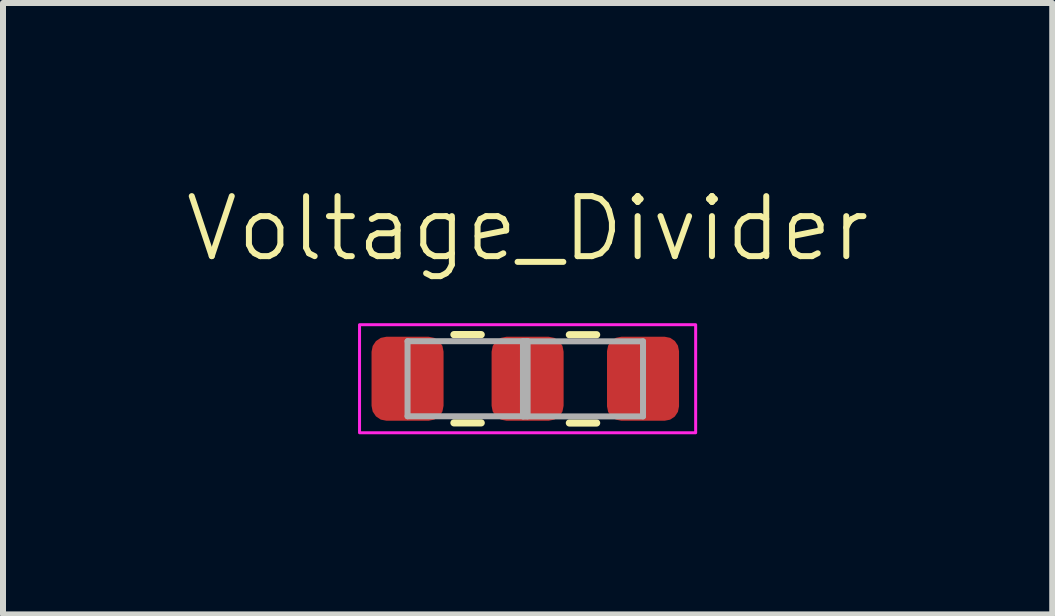
<source format=kicad_pcb>
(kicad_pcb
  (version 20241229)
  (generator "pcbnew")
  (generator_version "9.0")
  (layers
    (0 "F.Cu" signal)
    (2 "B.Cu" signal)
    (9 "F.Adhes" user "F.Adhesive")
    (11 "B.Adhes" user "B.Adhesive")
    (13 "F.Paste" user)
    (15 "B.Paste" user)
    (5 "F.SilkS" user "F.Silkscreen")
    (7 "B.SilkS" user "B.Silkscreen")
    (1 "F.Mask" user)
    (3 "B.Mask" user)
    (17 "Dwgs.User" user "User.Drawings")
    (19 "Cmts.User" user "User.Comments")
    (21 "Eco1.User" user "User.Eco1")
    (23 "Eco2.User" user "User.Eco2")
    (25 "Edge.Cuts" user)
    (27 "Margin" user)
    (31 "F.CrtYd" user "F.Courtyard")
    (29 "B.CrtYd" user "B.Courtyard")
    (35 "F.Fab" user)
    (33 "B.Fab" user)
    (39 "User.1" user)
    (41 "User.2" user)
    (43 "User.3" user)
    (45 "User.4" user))
  (footprint "Voltage_Divider"
    (layer "F.Cu")
    (at 5.74 3.26)
    (property "Reference" "Voltage_Divider" (at 0 -2.5 0) (unlocked yes) (layer "F.SilkS") (effects (font (size 1 1) (thickness 0.1))))
    (attr smd)
    (fp_line (start -1.227 -0.735) (end -0.773 -0.735) (stroke (width 0.12) (type solid)) (layer "F.SilkS"))
    (fp_line (start -1.227 0.735) (end -0.773 0.735) (stroke (width 0.12) (type solid)) (layer "F.SilkS"))
    (fp_line (start 0.696 -0.733) (end 1.15 -0.733) (stroke (width 0.12) (type solid)) (layer "F.SilkS"))
    (fp_line (start 0.696 0.737) (end 1.15 0.737) (stroke (width 0.12) (type solid)) (layer "F.SilkS"))
    (fp_rect (start -2.8 -0.9) (end 2.8 0.9) (stroke (width 0.05) (type default)) (fill no) (layer "F.CrtYd"))
    (fp_line (start -2 -0.625) (end 0 -0.625) (stroke (width 0.1) (type solid)) (layer "F.Fab"))
    (fp_line (start -2 0.625) (end -2 -0.625) (stroke (width 0.1) (type solid)) (layer "F.Fab"))
    (fp_line (start -0.077 -0.623) (end 1.923 -0.623) (stroke (width 0.1) (type solid)) (layer "F.Fab"))
    (fp_line (start -0.077 0.627) (end -0.077 -0.623) (stroke (width 0.1) (type solid)) (layer "F.Fab"))
    (fp_line (start 0 -0.625) (end 0 0.625) (stroke (width 0.1) (type solid)) (layer "F.Fab"))
    (fp_line (start 0 0.625) (end -2 0.625) (stroke (width 0.1) (type solid)) (layer "F.Fab"))
    (fp_line (start 1.923 -0.623) (end 1.923 0.627) (stroke (width 0.1) (type solid)) (layer "F.Fab"))
    (fp_line (start 1.923 0.627) (end -0.077 0.627) (stroke (width 0.1) (type solid)) (layer "F.Fab"))
    (pad "1" smd roundrect (at -2 0) (size 1.2 1.4) (layers "F.Cu" "F.Mask" "F.Paste") (roundrect_rratio 0.208))
    (pad "2" smd roundrect (at 0 0) (size 1.2 1.4) (layers "F.Cu" "F.Mask" "F.Paste") (roundrect_rratio 0.208))
    (pad "3" smd roundrect (at 1.923 0 180) (size 1.2 1.4) (layers "F.Cu" "F.Mask" "F.Paste") (roundrect_rratio 0.2)))
  (gr_rect
    (start -3 -3)
    (end 14.481 7.186)
    (stroke (width 0.1) (type default))
    (fill no)
    (layer "Edge.Cuts")))
</source>
